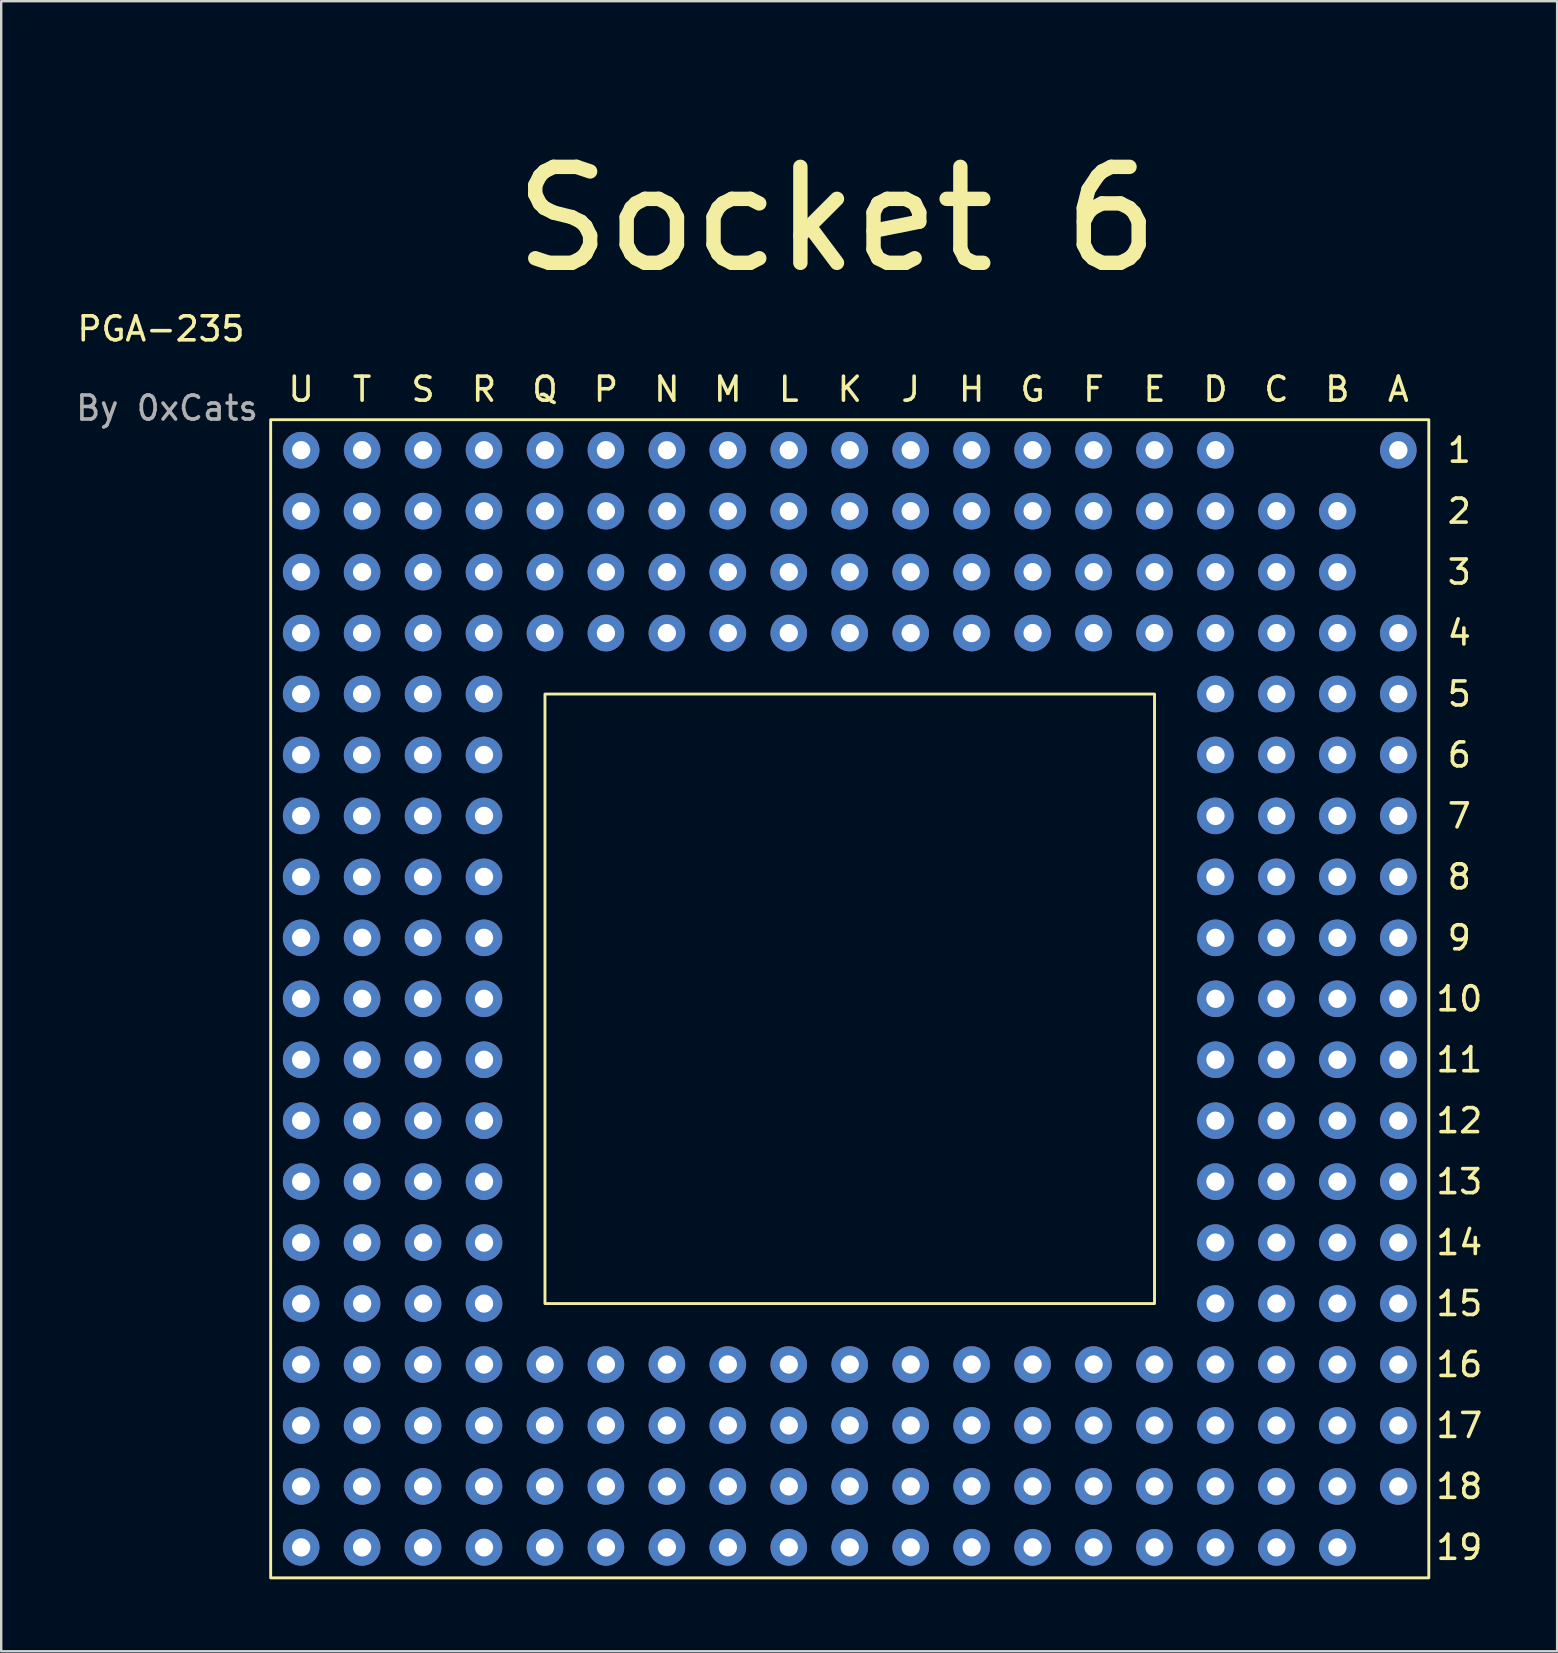
<source format=kicad_pcb>
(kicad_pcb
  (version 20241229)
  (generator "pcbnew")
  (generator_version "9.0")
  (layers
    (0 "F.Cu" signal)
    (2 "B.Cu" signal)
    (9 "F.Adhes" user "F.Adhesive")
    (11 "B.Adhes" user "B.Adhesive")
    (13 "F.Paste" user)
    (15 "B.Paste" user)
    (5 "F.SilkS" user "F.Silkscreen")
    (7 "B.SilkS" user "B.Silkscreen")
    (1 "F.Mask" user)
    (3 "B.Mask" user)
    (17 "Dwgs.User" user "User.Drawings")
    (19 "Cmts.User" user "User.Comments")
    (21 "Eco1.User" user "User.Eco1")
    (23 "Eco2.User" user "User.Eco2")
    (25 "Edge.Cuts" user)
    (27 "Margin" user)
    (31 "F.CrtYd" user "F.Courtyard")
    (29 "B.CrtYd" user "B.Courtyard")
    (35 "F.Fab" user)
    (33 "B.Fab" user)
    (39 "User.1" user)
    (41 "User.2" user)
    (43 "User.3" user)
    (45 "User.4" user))
  (footprint "PGA-235"
    (layer "F.Cu")
    (at 9.499 15.71)
    (property "Reference" "PGA-235" (at -5.842 -5.056 0) (unlocked yes) (layer "F.SilkS") (effects (font (size 1 1) (thickness 0.15))))
    (attr through_hole)
    (fp_rect (start -1.27 -1.27) (end 46.99 46.99) (stroke (width 0.12) (type solid)) (fill no) (layer "F.SilkS"))
    (fp_rect (start 10.16 10.16) (end 35.56 35.56) (stroke (width 0.12) (type solid)) (fill no) (layer "F.SilkS"))
    (fp_text user "13" (at 48.26 30.48 0) (unlocked yes) (layer "F.SilkS") (effects (font (size 1 1) (thickness 0.15))))
    (fp_text user "15" (at 48.26 35.56 0) (unlocked yes) (layer "F.SilkS") (effects (font (size 1 1) (thickness 0.15))))
    (fp_text user "N" (at 15.24 -2.54 0) (unlocked yes) (layer "F.SilkS") (effects (font (size 1 1) (thickness 0.15))))
    (fp_text user "10" (at 48.26 22.86 0) (unlocked yes) (layer "F.SilkS") (effects (font (size 1 1) (thickness 0.15))))
    (fp_text user "19" (at 48.26 45.72 0) (unlocked yes) (layer "F.SilkS") (effects (font (size 1 1) (thickness 0.15))))
    (fp_text user "P" (at 12.7 -2.54 0) (unlocked yes) (layer "F.SilkS") (effects (font (size 1 1) (thickness 0.15))))
    (fp_text user "G" (at 30.48 -2.54 0) (unlocked yes) (layer "F.SilkS") (effects (font (size 1 1) (thickness 0.15))))
    (fp_text user "D" (at 38.1 -2.54 0) (unlocked yes) (layer "F.SilkS") (effects (font (size 1 1) (thickness 0.15))))
    (fp_text user "14" (at 48.26 33.02 0) (unlocked yes) (layer "F.SilkS") (effects (font (size 1 1) (thickness 0.15))))
    (fp_text user "9" (at 48.26 20.32 0) (unlocked yes) (layer "F.SilkS") (effects (font (size 1 1) (thickness 0.15))))
    (fp_text user "2" (at 48.26 2.54 0) (unlocked yes) (layer "F.SilkS") (effects (font (size 1 1) (thickness 0.15))))
    (fp_text user "5" (at 48.26 10.16 0) (unlocked yes) (layer "F.SilkS") (effects (font (size 1 1) (thickness 0.15))))
    (fp_text user "17" (at 48.26 40.64 0) (unlocked yes) (layer "F.SilkS") (effects (font (size 1 1) (thickness 0.15))))
    (fp_text user "J" (at 25.4 -2.54 0) (unlocked yes) (layer "F.SilkS") (effects (font (size 1 1) (thickness 0.15))))
    (fp_text user "K" (at 22.86 -2.54 0) (unlocked yes) (layer "F.SilkS") (effects (font (size 1 1) (thickness 0.15))))
    (fp_text user "A" (at 45.72 -2.54 0) (unlocked yes) (layer "F.SilkS") (effects (font (size 1 1) (thickness 0.15))))
    (fp_text user "C" (at 40.64 -2.54 0) (unlocked yes) (layer "F.SilkS") (effects (font (size 1 1) (thickness 0.15))))
    (fp_text user "Q" (at 10.16 -2.54 0) (unlocked yes) (layer "F.SilkS") (effects (font (size 1 1) (thickness 0.15))))
    (fp_text user "8" (at 48.26 17.78 0) (unlocked yes) (layer "F.SilkS") (effects (font (size 1 1) (thickness 0.15))))
    (fp_text user "12" (at 48.26 27.94 0) (unlocked yes) (layer "F.SilkS") (effects (font (size 1 1) (thickness 0.15))))
    (fp_text user "L" (at 20.32 -2.54 0) (unlocked yes) (layer "F.SilkS") (effects (font (size 1 1) (thickness 0.15))))
    (fp_text user "E" (at 35.56 -2.54 0) (unlocked yes) (layer "F.SilkS") (effects (font (size 1 1) (thickness 0.15))))
    (fp_text user "U" (at 0 -2.54 0) (unlocked yes) (layer "F.SilkS") (effects (font (size 1 1) (thickness 0.15))))
    (fp_text user "7" (at 48.26 15.24 0) (unlocked yes) (layer "F.SilkS") (effects (font (size 1 1) (thickness 0.15))))
    (fp_text user "S" (at 5.08 -2.54 0) (unlocked yes) (layer "F.SilkS") (effects (font (size 1 1) (thickness 0.15))))
    (fp_text user "R" (at 7.62 -2.54 0) (unlocked yes) (layer "F.SilkS") (effects (font (size 1 1) (thickness 0.15))))
    (fp_text user "11" (at 48.26 25.4 0) (unlocked yes) (layer "F.SilkS") (effects (font (size 1 1) (thickness 0.15))))
    (fp_text user "M" (at 17.78 -2.54 0) (unlocked yes) (layer "F.SilkS") (effects (font (size 1 1) (thickness 0.15))))
    (fp_text user "4" (at 48.26 7.62 0) (unlocked yes) (layer "F.SilkS") (effects (font (size 1 1) (thickness 0.15))))
    (fp_text user "1" (at 48.26 0 0) (unlocked yes) (layer "F.SilkS") (effects (font (size 1 1) (thickness 0.15))))
    (fp_text user "B" (at 43.18 -2.54 0) (unlocked yes) (layer "F.SilkS") (effects (font (size 1 1) (thickness 0.15))))
    (fp_text user "T" (at 2.54 -2.54 0) (unlocked yes) (layer "F.SilkS") (effects (font (size 1 1) (thickness 0.15))))
    (fp_text user "16" (at 48.26 38.1 0) (unlocked yes) (layer "F.SilkS") (effects (font (size 1 1) (thickness 0.15))))
    (fp_text user "Socket 6" (at 22.327 -9.627 180) (layer "F.SilkS") (effects (font (size 4 4) (thickness 0.6))))
    (fp_text user "H" (at 27.94 -2.54 0) (unlocked yes) (layer "F.SilkS") (effects (font (size 1 1) (thickness 0.15))))
    (fp_text user "3" (at 48.26 5.08 0) (unlocked yes) (layer "F.SilkS") (effects (font (size 1 1) (thickness 0.15))))
    (fp_text user "6" (at 48.26 12.7 0) (unlocked yes) (layer "F.SilkS") (effects (font (size 1 1) (thickness 0.15))))
    (fp_text user "F" (at 33.02 -2.54 0) (unlocked yes) (layer "F.SilkS") (effects (font (size 1 1) (thickness 0.15))))
    (fp_text user "18" (at 48.26 43.18 0) (unlocked yes) (layer "F.SilkS") (effects (font (size 1 1) (thickness 0.15))))
    (fp_text user "By 0xCats" (at -5.588 -1.754 0) (unlocked yes) (layer "F.Fab") (effects (font (size 1 1) (thickness 0.15))))
    (pad "A1" thru_hole circle (at 45.72 0) (size 1.524 1.524) (drill 0.762) (layers "*.Cu" "*.Mask"))
    (pad "A4" thru_hole circle (at 45.72 7.62) (size 1.524 1.524) (drill 0.762) (layers "*.Cu" "*.Mask"))
    (pad "A5" thru_hole circle (at 45.72 10.16) (size 1.524 1.524) (drill 0.762) (layers "*.Cu" "*.Mask"))
    (pad "A6" thru_hole circle (at 45.72 12.7) (size 1.524 1.524) (drill 0.762) (layers "*.Cu" "*.Mask"))
    (pad "A7" thru_hole circle (at 45.72 15.24) (size 1.524 1.524) (drill 0.762) (layers "*.Cu" "*.Mask"))
    (pad "A8" thru_hole circle (at 45.72 17.78) (size 1.524 1.524) (drill 0.762) (layers "*.Cu" "*.Mask"))
    (pad "A9" thru_hole circle (at 45.72 20.32) (size 1.524 1.524) (drill 0.762) (layers "*.Cu" "*.Mask"))
    (pad "A10" thru_hole circle (at 45.72 22.86) (size 1.524 1.524) (drill 0.762) (layers "*.Cu" "*.Mask"))
    (pad "A11" thru_hole circle (at 45.72 25.4) (size 1.524 1.524) (drill 0.762) (layers "*.Cu" "*.Mask"))
    (pad "A12" thru_hole circle (at 45.72 27.94) (size 1.524 1.524) (drill 0.762) (layers "*.Cu" "*.Mask"))
    (pad "A13" thru_hole circle (at 45.72 30.48) (size 1.524 1.524) (drill 0.762) (layers "*.Cu" "*.Mask"))
    (pad "A14" thru_hole circle (at 45.72 33.02) (size 1.524 1.524) (drill 0.762) (layers "*.Cu" "*.Mask"))
    (pad "A15" thru_hole circle (at 45.72 35.56) (size 1.524 1.524) (drill 0.762) (layers "*.Cu" "*.Mask"))
    (pad "A16" thru_hole circle (at 45.72 38.1) (size 1.524 1.524) (drill 0.762) (layers "*.Cu" "*.Mask"))
    (pad "A17" thru_hole circle (at 45.72 40.64) (size 1.524 1.524) (drill 0.762) (layers "*.Cu" "*.Mask"))
    (pad "A18" thru_hole circle (at 45.72 43.18) (size 1.524 1.524) (drill 0.762) (layers "*.Cu" "*.Mask"))
    (pad "B2" thru_hole circle (at 43.18 2.54) (size 1.524 1.524) (drill 0.762) (layers "*.Cu" "*.Mask"))
    (pad "B3" thru_hole circle (at 43.18 5.08) (size 1.524 1.524) (drill 0.762) (layers "*.Cu" "*.Mask"))
    (pad "B4" thru_hole circle (at 43.18 7.62) (size 1.524 1.524) (drill 0.762) (layers "*.Cu" "*.Mask"))
    (pad "B5" thru_hole circle (at 43.18 10.16) (size 1.524 1.524) (drill 0.762) (layers "*.Cu" "*.Mask"))
    (pad "B6" thru_hole circle (at 43.18 12.7) (size 1.524 1.524) (drill 0.762) (layers "*.Cu" "*.Mask"))
    (pad "B7" thru_hole circle (at 43.18 15.24) (size 1.524 1.524) (drill 0.762) (layers "*.Cu" "*.Mask"))
    (pad "B8" thru_hole circle (at 43.18 17.78) (size 1.524 1.524) (drill 0.762) (layers "*.Cu" "*.Mask"))
    (pad "B9" thru_hole circle (at 43.18 20.32) (size 1.524 1.524) (drill 0.762) (layers "*.Cu" "*.Mask"))
    (pad "B10" thru_hole circle (at 43.18 22.86) (size 1.524 1.524) (drill 0.762) (layers "*.Cu" "*.Mask"))
    (pad "B11" thru_hole circle (at 43.18 25.4) (size 1.524 1.524) (drill 0.762) (layers "*.Cu" "*.Mask"))
    (pad "B12" thru_hole circle (at 43.18 27.94) (size 1.524 1.524) (drill 0.762) (layers "*.Cu" "*.Mask"))
    (pad "B13" thru_hole circle (at 43.18 30.48) (size 1.524 1.524) (drill 0.762) (layers "*.Cu" "*.Mask"))
    (pad "B14" thru_hole circle (at 43.18 33.02) (size 1.524 1.524) (drill 0.762) (layers "*.Cu" "*.Mask"))
    (pad "B15" thru_hole circle (at 43.18 35.56) (size 1.524 1.524) (drill 0.762) (layers "*.Cu" "*.Mask"))
    (pad "B16" thru_hole circle (at 43.18 38.1) (size 1.524 1.524) (drill 0.762) (layers "*.Cu" "*.Mask"))
    (pad "B17" thru_hole circle (at 43.18 40.64) (size 1.524 1.524) (drill 0.762) (layers "*.Cu" "*.Mask"))
    (pad "B18" thru_hole circle (at 43.18 43.18) (size 1.524 1.524) (drill 0.762) (layers "*.Cu" "*.Mask"))
    (pad "B19" thru_hole circle (at 43.18 45.72) (size 1.524 1.524) (drill 0.762) (layers "*.Cu" "*.Mask"))
    (pad "C2" thru_hole circle (at 40.64 2.54) (size 1.524 1.524) (drill 0.762) (layers "*.Cu" "*.Mask"))
    (pad "C3" thru_hole circle (at 40.64 5.08) (size 1.524 1.524) (drill 0.762) (layers "*.Cu" "*.Mask"))
    (pad "C4" thru_hole circle (at 40.64 7.62) (size 1.524 1.524) (drill 0.762) (layers "*.Cu" "*.Mask"))
    (pad "C5" thru_hole circle (at 40.64 10.16) (size 1.524 1.524) (drill 0.762) (layers "*.Cu" "*.Mask"))
    (pad "C6" thru_hole circle (at 40.64 12.7) (size 1.524 1.524) (drill 0.762) (layers "*.Cu" "*.Mask"))
    (pad "C7" thru_hole circle (at 40.64 15.24) (size 1.524 1.524) (drill 0.762) (layers "*.Cu" "*.Mask"))
    (pad "C8" thru_hole circle (at 40.64 17.78) (size 1.524 1.524) (drill 0.762) (layers "*.Cu" "*.Mask"))
    (pad "C9" thru_hole circle (at 40.64 20.32) (size 1.524 1.524) (drill 0.762) (layers "*.Cu" "*.Mask"))
    (pad "C10" thru_hole circle (at 40.64 22.86) (size 1.524 1.524) (drill 0.762) (layers "*.Cu" "*.Mask"))
    (pad "C11" thru_hole circle (at 40.64 25.4) (size 1.524 1.524) (drill 0.762) (layers "*.Cu" "*.Mask"))
    (pad "C12" thru_hole circle (at 40.64 27.94) (size 1.524 1.524) (drill 0.762) (layers "*.Cu" "*.Mask"))
    (pad "C13" thru_hole circle (at 40.64 30.48) (size 1.524 1.524) (drill 0.762) (layers "*.Cu" "*.Mask"))
    (pad "C14" thru_hole circle (at 40.64 33.02) (size 1.524 1.524) (drill 0.762) (layers "*.Cu" "*.Mask"))
    (pad "C15" thru_hole circle (at 40.64 35.56) (size 1.524 1.524) (drill 0.762) (layers "*.Cu" "*.Mask"))
    (pad "C16" thru_hole circle (at 40.64 38.1) (size 1.524 1.524) (drill 0.762) (layers "*.Cu" "*.Mask"))
    (pad "C17" thru_hole circle (at 40.64 40.64) (size 1.524 1.524) (drill 0.762) (layers "*.Cu" "*.Mask"))
    (pad "C18" thru_hole circle (at 40.64 43.18) (size 1.524 1.524) (drill 0.762) (layers "*.Cu" "*.Mask"))
    (pad "C19" thru_hole circle (at 40.64 45.72) (size 1.524 1.524) (drill 0.762) (layers "*.Cu" "*.Mask"))
    (pad "D1" thru_hole circle (at 38.1 0) (size 1.524 1.524) (drill 0.762) (layers "*.Cu" "*.Mask"))
    (pad "D2" thru_hole circle (at 38.1 2.54) (size 1.524 1.524) (drill 0.762) (layers "*.Cu" "*.Mask"))
    (pad "D3" thru_hole circle (at 38.1 5.08) (size 1.524 1.524) (drill 0.762) (layers "*.Cu" "*.Mask"))
    (pad "D4" thru_hole circle (at 38.1 7.62) (size 1.524 1.524) (drill 0.762) (layers "*.Cu" "*.Mask"))
    (pad "D5" thru_hole circle (at 38.1 10.16) (size 1.524 1.524) (drill 0.762) (layers "*.Cu" "*.Mask"))
    (pad "D6" thru_hole circle (at 38.1 12.7) (size 1.524 1.524) (drill 0.762) (layers "*.Cu" "*.Mask"))
    (pad "D7" thru_hole circle (at 38.1 15.24) (size 1.524 1.524) (drill 0.762) (layers "*.Cu" "*.Mask"))
    (pad "D8" thru_hole circle (at 38.1 17.78) (size 1.524 1.524) (drill 0.762) (layers "*.Cu" "*.Mask"))
    (pad "D9" thru_hole circle (at 38.1 20.32) (size 1.524 1.524) (drill 0.762) (layers "*.Cu" "*.Mask"))
    (pad "D10" thru_hole circle (at 38.1 22.86) (size 1.524 1.524) (drill 0.762) (layers "*.Cu" "*.Mask"))
    (pad "D11" thru_hole circle (at 38.1 25.4) (size 1.524 1.524) (drill 0.762) (layers "*.Cu" "*.Mask"))
    (pad "D12" thru_hole circle (at 38.1 27.94) (size 1.524 1.524) (drill 0.762) (layers "*.Cu" "*.Mask"))
    (pad "D13" thru_hole circle (at 38.1 30.48) (size 1.524 1.524) (drill 0.762) (layers "*.Cu" "*.Mask"))
    (pad "D14" thru_hole circle (at 38.1 33.02) (size 1.524 1.524) (drill 0.762) (layers "*.Cu" "*.Mask"))
    (pad "D15" thru_hole circle (at 38.1 35.56) (size 1.524 1.524) (drill 0.762) (layers "*.Cu" "*.Mask"))
    (pad "D16" thru_hole circle (at 38.1 38.1) (size 1.524 1.524) (drill 0.762) (layers "*.Cu" "*.Mask"))
    (pad "D17" thru_hole circle (at 38.1 40.64) (size 1.524 1.524) (drill 0.762) (layers "*.Cu" "*.Mask"))
    (pad "D18" thru_hole circle (at 38.1 43.18) (size 1.524 1.524) (drill 0.762) (layers "*.Cu" "*.Mask"))
    (pad "D19" thru_hole circle (at 38.1 45.72) (size 1.524 1.524) (drill 0.762) (layers "*.Cu" "*.Mask"))
    (pad "E1" thru_hole circle (at 35.56 0) (size 1.524 1.524) (drill 0.762) (layers "*.Cu" "*.Mask"))
    (pad "E2" thru_hole circle (at 35.56 2.54) (size 1.524 1.524) (drill 0.762) (layers "*.Cu" "*.Mask"))
    (pad "E3" thru_hole circle (at 35.56 5.08) (size 1.524 1.524) (drill 0.762) (layers "*.Cu" "*.Mask"))
    (pad "E4" thru_hole circle (at 35.56 7.62) (size 1.524 1.524) (drill 0.762) (layers "*.Cu" "*.Mask"))
    (pad "E16" thru_hole circle (at 35.56 38.1) (size 1.524 1.524) (drill 0.762) (layers "*.Cu" "*.Mask"))
    (pad "E17" thru_hole circle (at 35.56 40.64) (size 1.524 1.524) (drill 0.762) (layers "*.Cu" "*.Mask"))
    (pad "E18" thru_hole circle (at 35.56 43.18) (size 1.524 1.524) (drill 0.762) (layers "*.Cu" "*.Mask"))
    (pad "E19" thru_hole circle (at 35.56 45.72) (size 1.524 1.524) (drill 0.762) (layers "*.Cu" "*.Mask"))
    (pad "F1" thru_hole circle (at 33.02 0) (size 1.524 1.524) (drill 0.762) (layers "*.Cu" "*.Mask"))
    (pad "F2" thru_hole circle (at 33.02 2.54) (size 1.524 1.524) (drill 0.762) (layers "*.Cu" "*.Mask"))
    (pad "F3" thru_hole circle (at 33.02 5.08) (size 1.524 1.524) (drill 0.762) (layers "*.Cu" "*.Mask"))
    (pad "F4" thru_hole circle (at 33.02 7.62) (size 1.524 1.524) (drill 0.762) (layers "*.Cu" "*.Mask"))
    (pad "F16" thru_hole circle (at 33.02 38.1) (size 1.524 1.524) (drill 0.762) (layers "*.Cu" "*.Mask"))
    (pad "F17" thru_hole circle (at 33.02 40.64) (size 1.524 1.524) (drill 0.762) (layers "*.Cu" "*.Mask"))
    (pad "F18" thru_hole circle (at 33.02 43.18) (size 1.524 1.524) (drill 0.762) (layers "*.Cu" "*.Mask"))
    (pad "F19" thru_hole circle (at 33.02 45.72) (size 1.524 1.524) (drill 0.762) (layers "*.Cu" "*.Mask"))
    (pad "G1" thru_hole circle (at 30.48 0) (size 1.524 1.524) (drill 0.762) (layers "*.Cu" "*.Mask"))
    (pad "G2" thru_hole circle (at 30.48 2.54) (size 1.524 1.524) (drill 0.762) (layers "*.Cu" "*.Mask"))
    (pad "G3" thru_hole circle (at 30.48 5.08) (size 1.524 1.524) (drill 0.762) (layers "*.Cu" "*.Mask"))
    (pad "G4" thru_hole circle (at 30.48 7.62) (size 1.524 1.524) (drill 0.762) (layers "*.Cu" "*.Mask"))
    (pad "G16" thru_hole circle (at 30.48 38.1) (size 1.524 1.524) (drill 0.762) (layers "*.Cu" "*.Mask"))
    (pad "G17" thru_hole circle (at 30.48 40.64) (size 1.524 1.524) (drill 0.762) (layers "*.Cu" "*.Mask"))
    (pad "G18" thru_hole circle (at 30.48 43.18) (size 1.524 1.524) (drill 0.762) (layers "*.Cu" "*.Mask"))
    (pad "G19" thru_hole circle (at 30.48 45.72) (size 1.524 1.524) (drill 0.762) (layers "*.Cu" "*.Mask"))
    (pad "H1" thru_hole circle (at 27.94 0) (size 1.524 1.524) (drill 0.762) (layers "*.Cu" "*.Mask"))
    (pad "H2" thru_hole circle (at 27.94 2.54) (size 1.524 1.524) (drill 0.762) (layers "*.Cu" "*.Mask"))
    (pad "H3" thru_hole circle (at 27.94 5.08) (size 1.524 1.524) (drill 0.762) (layers "*.Cu" "*.Mask"))
    (pad "H4" thru_hole circle (at 27.94 7.62) (size 1.524 1.524) (drill 0.762) (layers "*.Cu" "*.Mask"))
    (pad "H16" thru_hole circle (at 27.94 38.1) (size 1.524 1.524) (drill 0.762) (layers "*.Cu" "*.Mask"))
    (pad "H17" thru_hole circle (at 27.94 40.64) (size 1.524 1.524) (drill 0.762) (layers "*.Cu" "*.Mask"))
    (pad "H18" thru_hole circle (at 27.94 43.18) (size 1.524 1.524) (drill 0.762) (layers "*.Cu" "*.Mask"))
    (pad "H19" thru_hole circle (at 27.94 45.72) (size 1.524 1.524) (drill 0.762) (layers "*.Cu" "*.Mask"))
    (pad "J1" thru_hole circle (at 25.4 0) (size 1.524 1.524) (drill 0.762) (layers "*.Cu" "*.Mask"))
    (pad "J2" thru_hole circle (at 25.4 2.54) (size 1.524 1.524) (drill 0.762) (layers "*.Cu" "*.Mask"))
    (pad "J3" thru_hole circle (at 25.4 5.08) (size 1.524 1.524) (drill 0.762) (layers "*.Cu" "*.Mask"))
    (pad "J4" thru_hole circle (at 25.4 7.62) (size 1.524 1.524) (drill 0.762) (layers "*.Cu" "*.Mask"))
    (pad "J16" thru_hole circle (at 25.4 38.1) (size 1.524 1.524) (drill 0.762) (layers "*.Cu" "*.Mask"))
    (pad "J17" thru_hole circle (at 25.4 40.64) (size 1.524 1.524) (drill 0.762) (layers "*.Cu" "*.Mask"))
    (pad "J18" thru_hole circle (at 25.4 43.18) (size 1.524 1.524) (drill 0.762) (layers "*.Cu" "*.Mask"))
    (pad "J19" thru_hole circle (at 25.4 45.72) (size 1.524 1.524) (drill 0.762) (layers "*.Cu" "*.Mask"))
    (pad "K1" thru_hole circle (at 22.86 0) (size 1.524 1.524) (drill 0.762) (layers "*.Cu" "*.Mask"))
    (pad "K2" thru_hole circle (at 22.86 2.54) (size 1.524 1.524) (drill 0.762) (layers "*.Cu" "*.Mask"))
    (pad "K3" thru_hole circle (at 22.86 5.08) (size 1.524 1.524) (drill 0.762) (layers "*.Cu" "*.Mask"))
    (pad "K4" thru_hole circle (at 22.86 7.62) (size 1.524 1.524) (drill 0.762) (layers "*.Cu" "*.Mask"))
    (pad "K16" thru_hole circle (at 22.86 38.1) (size 1.524 1.524) (drill 0.762) (layers "*.Cu" "*.Mask"))
    (pad "K17" thru_hole circle (at 22.86 40.64) (size 1.524 1.524) (drill 0.762) (layers "*.Cu" "*.Mask"))
    (pad "K18" thru_hole circle (at 22.86 43.18) (size 1.524 1.524) (drill 0.762) (layers "*.Cu" "*.Mask"))
    (pad "K19" thru_hole circle (at 22.86 45.72) (size 1.524 1.524) (drill 0.762) (layers "*.Cu" "*.Mask"))
    (pad "L1" thru_hole circle (at 20.32 0) (size 1.524 1.524) (drill 0.762) (layers "*.Cu" "*.Mask"))
    (pad "L2" thru_hole circle (at 20.32 2.54) (size 1.524 1.524) (drill 0.762) (layers "*.Cu" "*.Mask"))
    (pad "L3" thru_hole circle (at 20.32 5.08) (size 1.524 1.524) (drill 0.762) (layers "*.Cu" "*.Mask"))
    (pad "L4" thru_hole circle (at 20.32 7.62) (size 1.524 1.524) (drill 0.762) (layers "*.Cu" "*.Mask"))
    (pad "L16" thru_hole circle (at 20.32 38.1) (size 1.524 1.524) (drill 0.762) (layers "*.Cu" "*.Mask"))
    (pad "L17" thru_hole circle (at 20.32 40.64) (size 1.524 1.524) (drill 0.762) (layers "*.Cu" "*.Mask"))
    (pad "L18" thru_hole circle (at 20.32 43.18) (size 1.524 1.524) (drill 0.762) (layers "*.Cu" "*.Mask"))
    (pad "L19" thru_hole circle (at 20.32 45.72) (size 1.524 1.524) (drill 0.762) (layers "*.Cu" "*.Mask"))
    (pad "M1" thru_hole circle (at 17.78 0) (size 1.524 1.524) (drill 0.762) (layers "*.Cu" "*.Mask"))
    (pad "M2" thru_hole circle (at 17.78 2.54) (size 1.524 1.524) (drill 0.762) (layers "*.Cu" "*.Mask"))
    (pad "M3" thru_hole circle (at 17.78 5.08) (size 1.524 1.524) (drill 0.762) (layers "*.Cu" "*.Mask"))
    (pad "M4" thru_hole circle (at 17.78 7.62) (size 1.524 1.524) (drill 0.762) (layers "*.Cu" "*.Mask"))
    (pad "M16" thru_hole circle (at 17.78 38.1) (size 1.524 1.524) (drill 0.762) (layers "*.Cu" "*.Mask"))
    (pad "M17" thru_hole circle (at 17.78 40.64) (size 1.524 1.524) (drill 0.762) (layers "*.Cu" "*.Mask"))
    (pad "M18" thru_hole circle (at 17.78 43.18) (size 1.524 1.524) (drill 0.762) (layers "*.Cu" "*.Mask"))
    (pad "M19" thru_hole circle (at 17.78 45.72) (size 1.524 1.524) (drill 0.762) (layers "*.Cu" "*.Mask"))
    (pad "N1" thru_hole circle (at 15.24 0) (size 1.524 1.524) (drill 0.762) (layers "*.Cu" "*.Mask"))
    (pad "N2" thru_hole circle (at 15.24 2.54) (size 1.524 1.524) (drill 0.762) (layers "*.Cu" "*.Mask"))
    (pad "N3" thru_hole circle (at 15.24 5.08) (size 1.524 1.524) (drill 0.762) (layers "*.Cu" "*.Mask"))
    (pad "N4" thru_hole circle (at 15.24 7.62) (size 1.524 1.524) (drill 0.762) (layers "*.Cu" "*.Mask"))
    (pad "N16" thru_hole circle (at 15.24 38.1) (size 1.524 1.524) (drill 0.762) (layers "*.Cu" "*.Mask"))
    (pad "N17" thru_hole circle (at 15.24 40.64) (size 1.524 1.524) (drill 0.762) (layers "*.Cu" "*.Mask"))
    (pad "N18" thru_hole circle (at 15.24 43.18) (size 1.524 1.524) (drill 0.762) (layers "*.Cu" "*.Mask"))
    (pad "N19" thru_hole circle (at 15.24 45.72) (size 1.524 1.524) (drill 0.762) (layers "*.Cu" "*.Mask"))
    (pad "P1" thru_hole circle (at 12.7 0) (size 1.524 1.524) (drill 0.762) (layers "*.Cu" "*.Mask"))
    (pad "P2" thru_hole circle (at 12.7 2.54) (size 1.524 1.524) (drill 0.762) (layers "*.Cu" "*.Mask"))
    (pad "P3" thru_hole circle (at 12.7 5.08) (size 1.524 1.524) (drill 0.762) (layers "*.Cu" "*.Mask"))
    (pad "P4" thru_hole circle (at 12.7 7.62) (size 1.524 1.524) (drill 0.762) (layers "*.Cu" "*.Mask"))
    (pad "P16" thru_hole circle (at 12.7 38.1) (size 1.524 1.524) (drill 0.762) (layers "*.Cu" "*.Mask"))
    (pad "P17" thru_hole circle (at 12.7 40.64) (size 1.524 1.524) (drill 0.762) (layers "*.Cu" "*.Mask"))
    (pad "P18" thru_hole circle (at 12.7 43.18) (size 1.524 1.524) (drill 0.762) (layers "*.Cu" "*.Mask"))
    (pad "P19" thru_hole circle (at 12.7 45.72) (size 1.524 1.524) (drill 0.762) (layers "*.Cu" "*.Mask"))
    (pad "Q1" thru_hole circle (at 10.16 0) (size 1.524 1.524) (drill 0.762) (layers "*.Cu" "*.Mask"))
    (pad "Q2" thru_hole circle (at 10.16 2.54) (size 1.524 1.524) (drill 0.762) (layers "*.Cu" "*.Mask"))
    (pad "Q3" thru_hole circle (at 10.16 5.08) (size 1.524 1.524) (drill 0.762) (layers "*.Cu" "*.Mask"))
    (pad "Q4" thru_hole circle (at 10.16 7.62) (size 1.524 1.524) (drill 0.762) (layers "*.Cu" "*.Mask"))
    (pad "Q16" thru_hole circle (at 10.16 38.1) (size 1.524 1.524) (drill 0.762) (layers "*.Cu" "*.Mask"))
    (pad "Q17" thru_hole circle (at 10.16 40.64) (size 1.524 1.524) (drill 0.762) (layers "*.Cu" "*.Mask"))
    (pad "Q18" thru_hole circle (at 10.16 43.18) (size 1.524 1.524) (drill 0.762) (layers "*.Cu" "*.Mask"))
    (pad "Q19" thru_hole circle (at 10.16 45.72) (size 1.524 1.524) (drill 0.762) (layers "*.Cu" "*.Mask"))
    (pad "R1" thru_hole circle (at 7.62 0) (size 1.524 1.524) (drill 0.762) (layers "*.Cu" "*.Mask"))
    (pad "R2" thru_hole circle (at 7.62 2.54) (size 1.524 1.524) (drill 0.762) (layers "*.Cu" "*.Mask"))
    (pad "R3" thru_hole circle (at 7.62 5.08) (size 1.524 1.524) (drill 0.762) (layers "*.Cu" "*.Mask"))
    (pad "R4" thru_hole circle (at 7.62 7.62) (size 1.524 1.524) (drill 0.762) (layers "*.Cu" "*.Mask"))
    (pad "R5" thru_hole circle (at 7.62 10.16) (size 1.524 1.524) (drill 0.762) (layers "*.Cu" "*.Mask"))
    (pad "R6" thru_hole circle (at 7.62 12.7) (size 1.524 1.524) (drill 0.762) (layers "*.Cu" "*.Mask"))
    (pad "R7" thru_hole circle (at 7.62 15.24) (size 1.524 1.524) (drill 0.762) (layers "*.Cu" "*.Mask"))
    (pad "R8" thru_hole circle (at 7.62 17.78) (size 1.524 1.524) (drill 0.762) (layers "*.Cu" "*.Mask"))
    (pad "R9" thru_hole circle (at 7.62 20.32) (size 1.524 1.524) (drill 0.762) (layers "*.Cu" "*.Mask"))
    (pad "R10" thru_hole circle (at 7.62 22.86) (size 1.524 1.524) (drill 0.762) (layers "*.Cu" "*.Mask"))
    (pad "R11" thru_hole circle (at 7.62 25.4) (size 1.524 1.524) (drill 0.762) (layers "*.Cu" "*.Mask"))
    (pad "R12" thru_hole circle (at 7.62 27.94) (size 1.524 1.524) (drill 0.762) (layers "*.Cu" "*.Mask"))
    (pad "R13" thru_hole circle (at 7.62 30.48) (size 1.524 1.524) (drill 0.762) (layers "*.Cu" "*.Mask"))
    (pad "R14" thru_hole circle (at 7.62 33.02) (size 1.524 1.524) (drill 0.762) (layers "*.Cu" "*.Mask"))
    (pad "R15" thru_hole circle (at 7.62 35.56) (size 1.524 1.524) (drill 0.762) (layers "*.Cu" "*.Mask"))
    (pad "R16" thru_hole circle (at 7.62 38.1) (size 1.524 1.524) (drill 0.762) (layers "*.Cu" "*.Mask"))
    (pad "R17" thru_hole circle (at 7.62 40.64) (size 1.524 1.524) (drill 0.762) (layers "*.Cu" "*.Mask"))
    (pad "R18" thru_hole circle (at 7.62 43.18) (size 1.524 1.524) (drill 0.762) (layers "*.Cu" "*.Mask"))
    (pad "R19" thru_hole circle (at 7.62 45.72) (size 1.524 1.524) (drill 0.762) (layers "*.Cu" "*.Mask"))
    (pad "S1" thru_hole circle (at 5.08 0) (size 1.524 1.524) (drill 0.762) (layers "*.Cu" "*.Mask"))
    (pad "S2" thru_hole circle (at 5.08 2.54) (size 1.524 1.524) (drill 0.762) (layers "*.Cu" "*.Mask"))
    (pad "S3" thru_hole circle (at 5.08 5.08) (size 1.524 1.524) (drill 0.762) (layers "*.Cu" "*.Mask"))
    (pad "S4" thru_hole circle (at 5.08 7.62) (size 1.524 1.524) (drill 0.762) (layers "*.Cu" "*.Mask"))
    (pad "S5" thru_hole circle (at 5.08 10.16) (size 1.524 1.524) (drill 0.762) (layers "*.Cu" "*.Mask"))
    (pad "S6" thru_hole circle (at 5.08 12.7) (size 1.524 1.524) (drill 0.762) (layers "*.Cu" "*.Mask"))
    (pad "S7" thru_hole circle (at 5.08 15.24) (size 1.524 1.524) (drill 0.762) (layers "*.Cu" "*.Mask"))
    (pad "S8" thru_hole circle (at 5.08 17.78) (size 1.524 1.524) (drill 0.762) (layers "*.Cu" "*.Mask"))
    (pad "S9" thru_hole circle (at 5.08 20.32) (size 1.524 1.524) (drill 0.762) (layers "*.Cu" "*.Mask"))
    (pad "S10" thru_hole circle (at 5.08 22.86) (size 1.524 1.524) (drill 0.762) (layers "*.Cu" "*.Mask"))
    (pad "S11" thru_hole circle (at 5.08 25.4) (size 1.524 1.524) (drill 0.762) (layers "*.Cu" "*.Mask"))
    (pad "S12" thru_hole circle (at 5.08 27.94) (size 1.524 1.524) (drill 0.762) (layers "*.Cu" "*.Mask"))
    (pad "S13" thru_hole circle (at 5.08 30.48) (size 1.524 1.524) (drill 0.762) (layers "*.Cu" "*.Mask"))
    (pad "S14" thru_hole circle (at 5.08 33.02) (size 1.524 1.524) (drill 0.762) (layers "*.Cu" "*.Mask"))
    (pad "S15" thru_hole circle (at 5.08 35.56) (size 1.524 1.524) (drill 0.762) (layers "*.Cu" "*.Mask"))
    (pad "S16" thru_hole circle (at 5.08 38.1) (size 1.524 1.524) (drill 0.762) (layers "*.Cu" "*.Mask"))
    (pad "S17" thru_hole circle (at 5.08 40.64) (size 1.524 1.524) (drill 0.762) (layers "*.Cu" "*.Mask"))
    (pad "S18" thru_hole circle (at 5.08 43.18) (size 1.524 1.524) (drill 0.762) (layers "*.Cu" "*.Mask"))
    (pad "S19" thru_hole circle (at 5.08 45.72) (size 1.524 1.524) (drill 0.762) (layers "*.Cu" "*.Mask"))
    (pad "T1" thru_hole circle (at 2.54 0) (size 1.524 1.524) (drill 0.762) (layers "*.Cu" "*.Mask"))
    (pad "T2" thru_hole circle (at 2.54 2.54) (size 1.524 1.524) (drill 0.762) (layers "*.Cu" "*.Mask"))
    (pad "T3" thru_hole circle (at 2.54 5.08) (size 1.524 1.524) (drill 0.762) (layers "*.Cu" "*.Mask"))
    (pad "T4" thru_hole circle (at 2.54 7.62) (size 1.524 1.524) (drill 0.762) (layers "*.Cu" "*.Mask"))
    (pad "T5" thru_hole circle (at 2.54 10.16) (size 1.524 1.524) (drill 0.762) (layers "*.Cu" "*.Mask"))
    (pad "T6" thru_hole circle (at 2.54 12.7) (size 1.524 1.524) (drill 0.762) (layers "*.Cu" "*.Mask"))
    (pad "T7" thru_hole circle (at 2.54 15.24) (size 1.524 1.524) (drill 0.762) (layers "*.Cu" "*.Mask"))
    (pad "T8" thru_hole circle (at 2.54 17.78) (size 1.524 1.524) (drill 0.762) (layers "*.Cu" "*.Mask"))
    (pad "T9" thru_hole circle (at 2.54 20.32) (size 1.524 1.524) (drill 0.762) (layers "*.Cu" "*.Mask"))
    (pad "T10" thru_hole circle (at 2.54 22.86) (size 1.524 1.524) (drill 0.762) (layers "*.Cu" "*.Mask"))
    (pad "T11" thru_hole circle (at 2.54 25.4) (size 1.524 1.524) (drill 0.762) (layers "*.Cu" "*.Mask"))
    (pad "T12" thru_hole circle (at 2.54 27.94) (size 1.524 1.524) (drill 0.762) (layers "*.Cu" "*.Mask"))
    (pad "T13" thru_hole circle (at 2.54 30.48) (size 1.524 1.524) (drill 0.762) (layers "*.Cu" "*.Mask"))
    (pad "T14" thru_hole circle (at 2.54 33.02) (size 1.524 1.524) (drill 0.762) (layers "*.Cu" "*.Mask"))
    (pad "T15" thru_hole circle (at 2.54 35.56) (size 1.524 1.524) (drill 0.762) (layers "*.Cu" "*.Mask"))
    (pad "T16" thru_hole circle (at 2.54 38.1) (size 1.524 1.524) (drill 0.762) (layers "*.Cu" "*.Mask"))
    (pad "T17" thru_hole circle (at 2.54 40.64) (size 1.524 1.524) (drill 0.762) (layers "*.Cu" "*.Mask"))
    (pad "T18" thru_hole circle (at 2.54 43.18) (size 1.524 1.524) (drill 0.762) (layers "*.Cu" "*.Mask"))
    (pad "T19" thru_hole circle (at 2.54 45.72) (size 1.524 1.524) (drill 0.762) (layers "*.Cu" "*.Mask"))
    (pad "U1" thru_hole circle (at 0 0) (size 1.524 1.524) (drill 0.762) (layers "*.Cu" "*.Mask"))
    (pad "U2" thru_hole circle (at 0 2.54) (size 1.524 1.524) (drill 0.762) (layers "*.Cu" "*.Mask"))
    (pad "U3" thru_hole circle (at 0 5.08) (size 1.524 1.524) (drill 0.762) (layers "*.Cu" "*.Mask"))
    (pad "U4" thru_hole circle (at 0 7.62) (size 1.524 1.524) (drill 0.762) (layers "*.Cu" "*.Mask"))
    (pad "U5" thru_hole circle (at 0 10.16) (size 1.524 1.524) (drill 0.762) (layers "*.Cu" "*.Mask"))
    (pad "U6" thru_hole circle (at 0 12.7) (size 1.524 1.524) (drill 0.762) (layers "*.Cu" "*.Mask"))
    (pad "U7" thru_hole circle (at 0 15.24) (size 1.524 1.524) (drill 0.762) (layers "*.Cu" "*.Mask"))
    (pad "U8" thru_hole circle (at 0 17.78) (size 1.524 1.524) (drill 0.762) (layers "*.Cu" "*.Mask"))
    (pad "U9" thru_hole circle (at 0 20.32) (size 1.524 1.524) (drill 0.762) (layers "*.Cu" "*.Mask"))
    (pad "U10" thru_hole circle (at 0 22.86) (size 1.524 1.524) (drill 0.762) (layers "*.Cu" "*.Mask"))
    (pad "U11" thru_hole circle (at 0 25.4) (size 1.524 1.524) (drill 0.762) (layers "*.Cu" "*.Mask"))
    (pad "U12" thru_hole circle (at 0 27.94) (size 1.524 1.524) (drill 0.762) (layers "*.Cu" "*.Mask"))
    (pad "U13" thru_hole circle (at 0 30.48) (size 1.524 1.524) (drill 0.762) (layers "*.Cu" "*.Mask"))
    (pad "U14" thru_hole circle (at 0 33.02) (size 1.524 1.524) (drill 0.762) (layers "*.Cu" "*.Mask"))
    (pad "U15" thru_hole circle (at 0 35.56) (size 1.524 1.524) (drill 0.762) (layers "*.Cu" "*.Mask"))
    (pad "U16" thru_hole circle (at 0 38.1) (size 1.524 1.524) (drill 0.762) (layers "*.Cu" "*.Mask"))
    (pad "U17" thru_hole circle (at 0 40.64) (size 1.524 1.524) (drill 0.762) (layers "*.Cu" "*.Mask"))
    (pad "U18" thru_hole circle (at 0 43.18) (size 1.524 1.524) (drill 0.762) (layers "*.Cu" "*.Mask"))
    (pad "U19" thru_hole circle (at 0 45.72) (size 1.524 1.524) (drill 0.762) (layers "*.Cu" "*.Mask"))
    (zone (net_name "") (layer "F.Cu") (hatch full 0.508) (connect_pads) (min_thickness 0.254) (filled_areas_thickness no) (keepout (tracks allowed) (vias allowed) (pads not_allowed) (copperpour allowed) (footprints not_allowed)) (placement (enabled no)) (fill) (polygon (pts (xy 8.241 0) (xy 56.501 0) (xy 56.501 62.687) (xy 8.241 62.687))) (polygon (pts (xy 45.071 28.397) (xy 42.531 25.857) (xy 19.671 25.857) (xy 19.671 51.257) (xy 45.071 51.257)))))
  (gr_rect
    (start -3 -3)
    (end 61.836 65.76)
    (stroke (width 0.1) (type default))
    (fill no)
    (layer "Edge.Cuts")))
</source>
